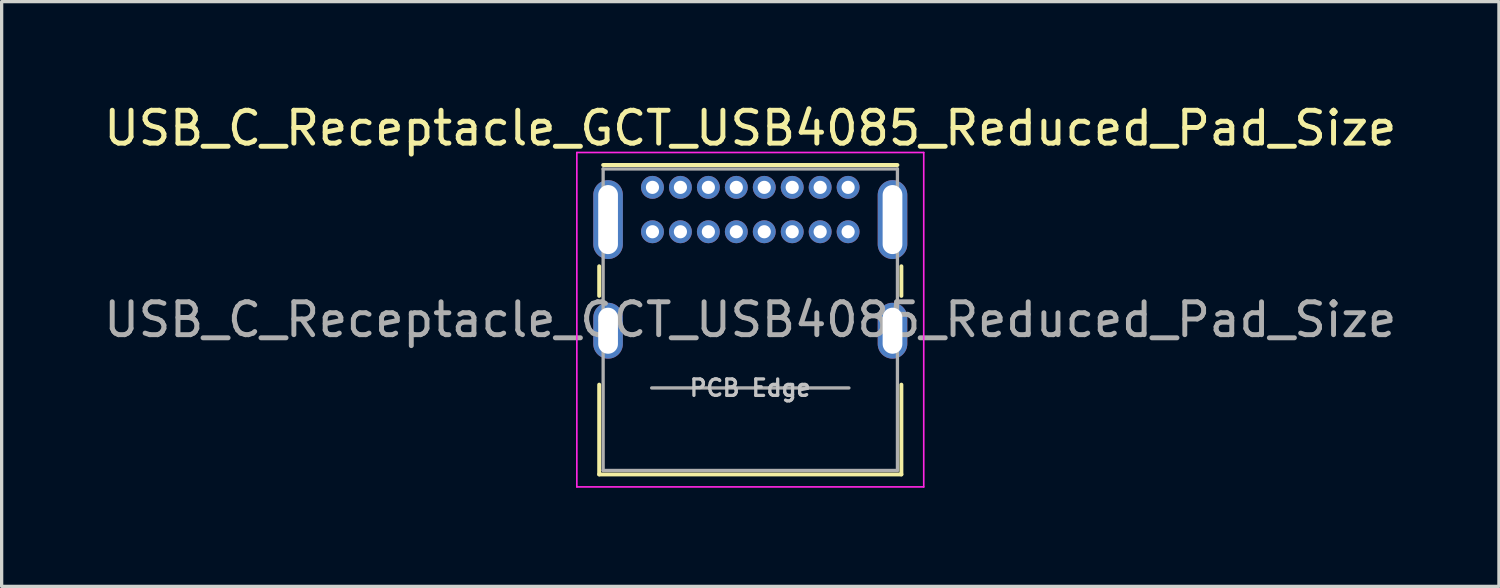
<source format=kicad_pcb>
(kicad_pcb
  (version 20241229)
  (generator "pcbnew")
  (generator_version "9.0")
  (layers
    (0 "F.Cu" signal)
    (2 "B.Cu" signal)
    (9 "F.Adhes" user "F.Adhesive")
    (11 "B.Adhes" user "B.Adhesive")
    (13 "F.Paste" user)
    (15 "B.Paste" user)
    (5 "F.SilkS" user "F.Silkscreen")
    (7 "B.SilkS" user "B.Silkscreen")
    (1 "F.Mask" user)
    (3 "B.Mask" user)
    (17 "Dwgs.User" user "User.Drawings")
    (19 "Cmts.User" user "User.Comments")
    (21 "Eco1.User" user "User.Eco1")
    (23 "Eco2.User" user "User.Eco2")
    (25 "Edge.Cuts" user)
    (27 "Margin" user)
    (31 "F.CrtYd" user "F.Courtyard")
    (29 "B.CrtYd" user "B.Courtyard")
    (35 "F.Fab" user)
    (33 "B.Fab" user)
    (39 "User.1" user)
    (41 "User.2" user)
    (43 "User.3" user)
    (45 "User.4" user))
  (footprint "USB_C_Receptacle_GCT_USB4085_Reduced_Pad_Size"
    (layer "F.Cu")
    (at 16.793 2.648)
    (property "Reference" "USB_C_Receptacle_GCT_USB4085_Reduced_Pad_Size" (at 2.975 -1.8 0) (layer "F.SilkS") (effects (font (size 1 1) (thickness 0.15))))
    (attr through_hole)
    (fp_line (start -1.62 2.4) (end -1.62 3.3) (stroke (width 0.12) (type solid)) (layer "F.SilkS"))
    (fp_line (start -1.62 6) (end -1.62 8.73) (stroke (width 0.12) (type solid)) (layer "F.SilkS"))
    (fp_line (start -1.62 8.73) (end 7.57 8.73) (stroke (width 0.12) (type solid)) (layer "F.SilkS"))
    (fp_line (start -1.5 -0.68) (end 7.45 -0.68) (stroke (width 0.12) (type solid)) (layer "F.SilkS"))
    (fp_line (start 7.57 2.4) (end 7.57 3.3) (stroke (width 0.12) (type solid)) (layer "F.SilkS"))
    (fp_line (start 7.57 6) (end 7.57 8.73) (stroke (width 0.12) (type solid)) (layer "F.SilkS"))
    (fp_line (start -2.3 -1.06) (end -2.3 9.11) (stroke (width 0.05) (type solid)) (layer "F.CrtYd"))
    (fp_line (start -2.3 -1.06) (end 8.25 -1.06) (stroke (width 0.05) (type solid)) (layer "F.CrtYd"))
    (fp_line (start -2.3 9.11) (end 8.25 9.11) (stroke (width 0.05) (type solid)) (layer "F.CrtYd"))
    (fp_line (start 8.25 -1.06) (end 8.25 9.11) (stroke (width 0.05) (type solid)) (layer "F.CrtYd"))
    (fp_line (start -1.5 -0.56) (end -1.5 8.61) (stroke (width 0.1) (type solid)) (layer "F.Fab"))
    (fp_line (start -1.5 -0.56) (end 7.45 -0.56) (stroke (width 0.1) (type solid)) (layer "F.Fab"))
    (fp_line (start -1.5 8.61) (end 7.45 8.61) (stroke (width 0.1) (type solid)) (layer "F.Fab"))
    (fp_line (start -0.025 6.1) (end 5.975 6.1) (stroke (width 0.1) (type solid)) (layer "F.Fab"))
    (fp_line (start 7.45 -0.56) (end 7.45 8.61) (stroke (width 0.1) (type solid)) (layer "F.Fab"))
    (fp_text user "PCB Edge" (at 2.975 6.1 0) (layer "Dwgs.User") (effects (font (size 0.5 0.5) (thickness 0.1))))
    (fp_text user "${REFERENCE}" (at 2.975 4.025 0) (layer "F.Fab") (effects (font (size 1 1) (thickness 0.15))))
    (pad "A1" thru_hole circle (at 0 0) (size 0.697 0.697) (drill 0.4) (layers "*.Cu" "*.Mask"))
    (pad "A4" thru_hole circle (at 0.85 0) (size 0.697 0.697) (drill 0.4) (layers "*.Cu" "*.Mask"))
    (pad "A5" thru_hole circle (at 1.7 0) (size 0.697 0.697) (drill 0.4) (layers "*.Cu" "*.Mask"))
    (pad "A6" thru_hole circle (at 2.55 0) (size 0.697 0.697) (drill 0.4) (layers "*.Cu" "*.Mask"))
    (pad "A7" thru_hole circle (at 3.4 0) (size 0.697 0.697) (drill 0.4) (layers "*.Cu" "*.Mask"))
    (pad "A8" thru_hole circle (at 4.25 0) (size 0.697 0.697) (drill 0.4) (layers "*.Cu" "*.Mask"))
    (pad "A9" thru_hole circle (at 5.1 0) (size 0.697 0.697) (drill 0.4) (layers "*.Cu" "*.Mask"))
    (pad "A12" thru_hole circle (at 5.95 0) (size 0.697 0.697) (drill 0.4) (layers "*.Cu" "*.Mask"))
    (pad "B1" thru_hole circle (at 5.95 1.35) (size 0.697 0.697) (drill 0.4) (layers "*.Cu" "*.Mask"))
    (pad "B4" thru_hole circle (at 5.1 1.35) (size 0.697 0.697) (drill 0.4) (layers "*.Cu" "*.Mask"))
    (pad "B5" thru_hole circle (at 4.25 1.35) (size 0.697 0.697) (drill 0.4) (layers "*.Cu" "*.Mask"))
    (pad "B6" thru_hole circle (at 3.4 1.35) (size 0.697 0.697) (drill 0.4) (layers "*.Cu" "*.Mask"))
    (pad "B7" thru_hole circle (at 2.55 1.35) (size 0.697 0.697) (drill 0.4) (layers "*.Cu" "*.Mask"))
    (pad "B8" thru_hole circle (at 1.7 1.35) (size 0.697 0.697) (drill 0.4) (layers "*.Cu" "*.Mask"))
    (pad "B9" thru_hole circle (at 0.85 1.35) (size 0.697 0.697) (drill 0.4) (layers "*.Cu" "*.Mask"))
    (pad "B12" thru_hole circle (at 0 1.35) (size 0.697 0.697) (drill 0.4) (layers "*.Cu" "*.Mask"))
    (pad "S1" thru_hole oval (at -1.35 0.98) (size 0.9 2.4) (drill oval 0.6 2.1) (layers "*.Cu" "*.Mask"))
    (pad "S1" thru_hole oval (at -1.35 4.36) (size 0.9 1.7) (drill oval 0.6 1.4) (layers "*.Cu" "*.Mask"))
    (pad "S1" thru_hole oval (at 7.3 0.98) (size 0.9 2.4) (drill oval 0.6 2.1) (layers "*.Cu" "*.Mask"))
    (pad "S1" thru_hole oval (at 7.3 4.36) (size 0.9 1.7) (drill oval 0.6 1.4) (layers "*.Cu" "*.Mask")))
  (gr_rect
    (start -3 -3)
    (end 42.536 14.783)
    (stroke (width 0.1) (type default))
    (fill no)
    (layer "Edge.Cuts")))
</source>
